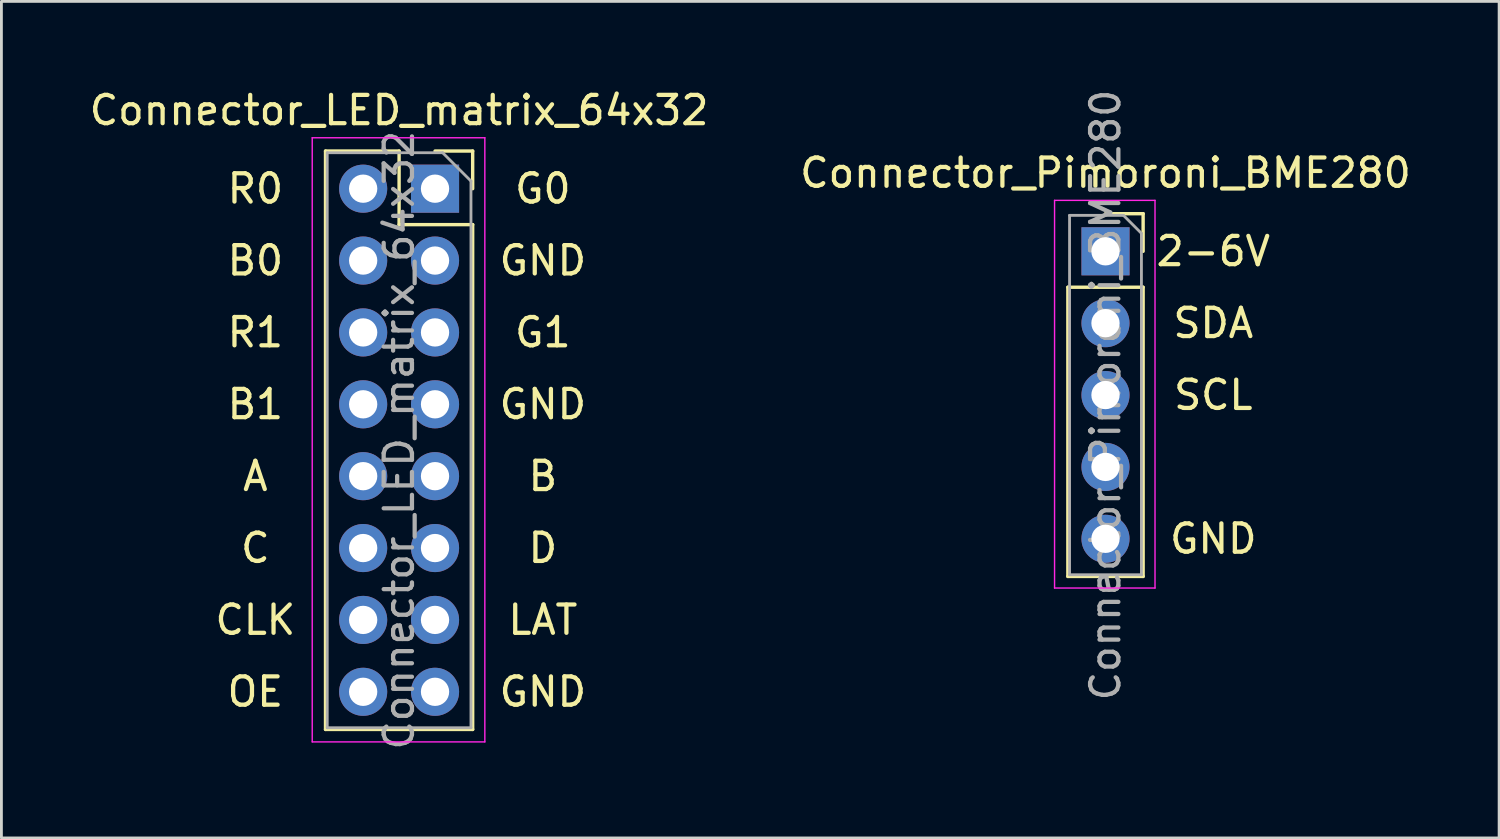
<source format=kicad_pcb>
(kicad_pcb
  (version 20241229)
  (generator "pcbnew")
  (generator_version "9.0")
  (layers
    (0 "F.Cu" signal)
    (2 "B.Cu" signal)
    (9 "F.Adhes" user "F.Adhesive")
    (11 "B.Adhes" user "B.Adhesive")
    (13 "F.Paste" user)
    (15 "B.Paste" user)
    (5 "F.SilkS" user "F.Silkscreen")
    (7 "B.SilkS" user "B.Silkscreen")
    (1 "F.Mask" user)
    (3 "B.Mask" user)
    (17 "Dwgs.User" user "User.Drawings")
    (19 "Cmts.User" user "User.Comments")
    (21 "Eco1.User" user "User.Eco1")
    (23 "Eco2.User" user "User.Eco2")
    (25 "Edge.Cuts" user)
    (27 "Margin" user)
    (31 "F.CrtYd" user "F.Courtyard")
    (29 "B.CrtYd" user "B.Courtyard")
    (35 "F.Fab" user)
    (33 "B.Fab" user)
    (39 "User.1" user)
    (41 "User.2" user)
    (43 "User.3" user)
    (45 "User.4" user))
  (footprint "Connector_LED_matrix_64x32"
    (layer "F.Cu")
    (at 12.324 3.618)
    (property "Reference" "Connector_LED_matrix_64x32" (at -1.27 -2.77 0) (layer "F.SilkS") (effects (font (size 1 1) (thickness 0.15))))
    (attr through_hole)
    (fp_line (start -3.87 -1.33) (end -3.87 19.11) (stroke (width 0.12) (type solid)) (layer "F.SilkS"))
    (fp_line (start -3.87 -1.33) (end -1.27 -1.33) (stroke (width 0.12) (type solid)) (layer "F.SilkS"))
    (fp_line (start -3.87 19.11) (end 1.33 19.11) (stroke (width 0.12) (type solid)) (layer "F.SilkS"))
    (fp_line (start -1.27 -1.33) (end -1.27 1.27) (stroke (width 0.12) (type solid)) (layer "F.SilkS"))
    (fp_line (start -1.27 1.27) (end 1.33 1.27) (stroke (width 0.12) (type solid)) (layer "F.SilkS"))
    (fp_line (start 0 -1.33) (end 1.33 -1.33) (stroke (width 0.12) (type solid)) (layer "F.SilkS"))
    (fp_line (start 1.33 -1.33) (end 1.33 0) (stroke (width 0.12) (type solid)) (layer "F.SilkS"))
    (fp_line (start 1.33 1.27) (end 1.33 19.11) (stroke (width 0.12) (type solid)) (layer "F.SilkS"))
    (fp_line (start -4.34 -1.8) (end 1.76 -1.8) (stroke (width 0.05) (type solid)) (layer "F.CrtYd"))
    (fp_line (start -4.34 19.55) (end -4.34 -1.8) (stroke (width 0.05) (type solid)) (layer "F.CrtYd"))
    (fp_line (start 1.76 -1.8) (end 1.76 19.55) (stroke (width 0.05) (type solid)) (layer "F.CrtYd"))
    (fp_line (start 1.76 19.55) (end -4.34 19.55) (stroke (width 0.05) (type solid)) (layer "F.CrtYd"))
    (fp_line (start -3.81 -1.27) (end 0.27 -1.27) (stroke (width 0.1) (type solid)) (layer "F.Fab"))
    (fp_line (start -3.81 19.05) (end -3.81 -1.27) (stroke (width 0.1) (type solid)) (layer "F.Fab"))
    (fp_line (start 0.27 -1.27) (end 1.27 -0.27) (stroke (width 0.1) (type solid)) (layer "F.Fab"))
    (fp_line (start 1.27 -0.27) (end 1.27 19.05) (stroke (width 0.1) (type solid)) (layer "F.Fab"))
    (fp_line (start 1.27 19.05) (end -3.81 19.05) (stroke (width 0.1) (type solid)) (layer "F.Fab"))
    (fp_text user "LAT" (at 3.81 15.24 0) (layer "F.SilkS") (effects (font (size 1 1) (thickness 0.15))))
    (fp_text user "R0" (at -6.35 0 0) (layer "F.SilkS") (effects (font (size 1 1) (thickness 0.15))))
    (fp_text user "D" (at 3.81 12.7 0) (layer "F.SilkS") (effects (font (size 1 1) (thickness 0.15))))
    (fp_text user "B" (at 3.81 10.16 0) (layer "F.SilkS") (effects (font (size 1 1) (thickness 0.15))))
    (fp_text user "G1" (at 3.81 5.08 0) (layer "F.SilkS") (effects (font (size 1 1) (thickness 0.15))))
    (fp_text user "CLK" (at -6.35 15.24 0) (layer "F.SilkS") (effects (font (size 1 1) (thickness 0.15))))
    (fp_text user "OE" (at -6.35 17.78 0) (layer "F.SilkS") (effects (font (size 1 1) (thickness 0.15))))
    (fp_text user "B0" (at -6.35 2.54 0) (layer "F.SilkS") (effects (font (size 1 1) (thickness 0.15))))
    (fp_text user "GND" (at 3.81 17.78 0) (layer "F.SilkS") (effects (font (size 1 1) (thickness 0.15))))
    (fp_text user "B1" (at -6.35 7.62 0) (layer "F.SilkS") (effects (font (size 1 1) (thickness 0.15))))
    (fp_text user "A" (at -6.35 10.16 0) (layer "F.SilkS") (effects (font (size 1 1) (thickness 0.15))))
    (fp_text user "C" (at -6.35 12.7 0) (layer "F.SilkS") (effects (font (size 1 1) (thickness 0.15))))
    (fp_text user "GND" (at 3.81 7.62 0) (layer "F.SilkS") (effects (font (size 1 1) (thickness 0.15))))
    (fp_text user "G0" (at 3.81 0 0) (layer "F.SilkS") (effects (font (size 1 1) (thickness 0.15))))
    (fp_text user "GND" (at 3.81 2.54 0) (layer "F.SilkS") (effects (font (size 1 1) (thickness 0.15))))
    (fp_text user "R1" (at -6.35 5.08 0) (layer "F.SilkS") (effects (font (size 1 1) (thickness 0.15))))
    (fp_text user "${REFERENCE}" (at -1.27 8.89 90) (layer "F.Fab") (effects (font (size 1 1) (thickness 0.15))))
    (pad "1" thru_hole rect (at 0 0) (size 1.7 1.7) (drill 1) (layers "*.Cu" "*.Mask"))
    (pad "2" thru_hole oval (at -2.54 0) (size 1.7 1.7) (drill 1) (layers "*.Cu" "*.Mask"))
    (pad "3" thru_hole oval (at 0 2.54) (size 1.7 1.7) (drill 1) (layers "*.Cu" "*.Mask"))
    (pad "4" thru_hole oval (at -2.54 2.54) (size 1.7 1.7) (drill 1) (layers "*.Cu" "*.Mask"))
    (pad "5" thru_hole oval (at 0 5.08) (size 1.7 1.7) (drill 1) (layers "*.Cu" "*.Mask"))
    (pad "6" thru_hole oval (at -2.54 5.08) (size 1.7 1.7) (drill 1) (layers "*.Cu" "*.Mask"))
    (pad "7" thru_hole oval (at 0 7.62) (size 1.7 1.7) (drill 1) (layers "*.Cu" "*.Mask"))
    (pad "8" thru_hole oval (at -2.54 7.62) (size 1.7 1.7) (drill 1) (layers "*.Cu" "*.Mask"))
    (pad "9" thru_hole oval (at 0 10.16) (size 1.7 1.7) (drill 1) (layers "*.Cu" "*.Mask"))
    (pad "10" thru_hole oval (at -2.54 10.16) (size 1.7 1.7) (drill 1) (layers "*.Cu" "*.Mask"))
    (pad "11" thru_hole oval (at 0 12.7) (size 1.7 1.7) (drill 1) (layers "*.Cu" "*.Mask"))
    (pad "12" thru_hole oval (at -2.54 12.7) (size 1.7 1.7) (drill 1) (layers "*.Cu" "*.Mask"))
    (pad "13" thru_hole oval (at 0 15.24) (size 1.7 1.7) (drill 1) (layers "*.Cu" "*.Mask"))
    (pad "14" thru_hole oval (at -2.54 15.24) (size 1.7 1.7) (drill 1) (layers "*.Cu" "*.Mask"))
    (pad "15" thru_hole oval (at 0 17.78) (size 1.7 1.7) (drill 1) (layers "*.Cu" "*.Mask"))
    (pad "16" thru_hole oval (at -2.54 17.78) (size 1.7 1.7) (drill 1) (layers "*.Cu" "*.Mask")))
  (footprint "Connector_Pimoroni_BME280"
    (layer "F.Cu")
    (at 36.018 5.831)
    (property "Reference" "Connector_Pimoroni_BME280" (at 0 -2.77 0) (layer "F.SilkS") (effects (font (size 1 1) (thickness 0.15))))
    (attr through_hole)
    (fp_line (start -1.33 1.27) (end -1.33 11.49) (stroke (width 0.12) (type solid)) (layer "F.SilkS"))
    (fp_line (start -1.33 1.27) (end 1.33 1.27) (stroke (width 0.12) (type solid)) (layer "F.SilkS"))
    (fp_line (start -1.33 11.49) (end 1.33 11.49) (stroke (width 0.12) (type solid)) (layer "F.SilkS"))
    (fp_line (start 0 -1.33) (end 1.33 -1.33) (stroke (width 0.12) (type solid)) (layer "F.SilkS"))
    (fp_line (start 1.33 -1.33) (end 1.33 0) (stroke (width 0.12) (type solid)) (layer "F.SilkS"))
    (fp_line (start 1.33 1.27) (end 1.33 11.49) (stroke (width 0.12) (type solid)) (layer "F.SilkS"))
    (fp_line (start -1.8 -1.8) (end 1.75 -1.8) (stroke (width 0.05) (type solid)) (layer "F.CrtYd"))
    (fp_line (start -1.8 11.9) (end -1.8 -1.8) (stroke (width 0.05) (type solid)) (layer "F.CrtYd"))
    (fp_line (start 1.75 -1.8) (end 1.75 11.9) (stroke (width 0.05) (type solid)) (layer "F.CrtYd"))
    (fp_line (start 1.75 11.9) (end -1.8 11.9) (stroke (width 0.05) (type solid)) (layer "F.CrtYd"))
    (fp_line (start -1.27 -1.27) (end 0.635 -1.27) (stroke (width 0.1) (type solid)) (layer "F.Fab"))
    (fp_line (start -1.27 11.43) (end -1.27 -1.27) (stroke (width 0.1) (type solid)) (layer "F.Fab"))
    (fp_line (start 0.635 -1.27) (end 1.27 -0.635) (stroke (width 0.1) (type solid)) (layer "F.Fab"))
    (fp_line (start 1.27 -0.635) (end 1.27 11.43) (stroke (width 0.1) (type solid)) (layer "F.Fab"))
    (fp_line (start 1.27 11.43) (end -1.27 11.43) (stroke (width 0.1) (type solid)) (layer "F.Fab"))
    (fp_text user "GND" (at 3.81 10.16 0) (layer "F.SilkS") (effects (font (size 1 1) (thickness 0.15))))
    (fp_text user "SDA" (at 3.81 2.54 0) (layer "F.SilkS") (effects (font (size 1 1) (thickness 0.15))))
    (fp_text user "SCL" (at 3.81 5.08 0) (layer "F.SilkS") (effects (font (size 1 1) (thickness 0.15))))
    (fp_text user "2-6V" (at 3.81 0 0) (layer "F.SilkS") (effects (font (size 1 1) (thickness 0.15))))
    (fp_text user "${REFERENCE}" (at 0 5.08 90) (layer "F.Fab") (effects (font (size 1 1) (thickness 0.15))))
    (pad "1" thru_hole rect (at 0 0) (size 1.7 1.7) (drill 1) (layers "*.Cu" "*.Mask"))
    (pad "2" thru_hole oval (at 0 2.54) (size 1.7 1.7) (drill 1) (layers "*.Cu" "*.Mask"))
    (pad "3" thru_hole oval (at 0 5.08) (size 1.7 1.7) (drill 1) (layers "*.Cu" "*.Mask"))
    (pad "4" thru_hole oval (at 0 7.62) (size 1.7 1.7) (drill 1) (layers "*.Cu" "*.Mask"))
    (pad "5" thru_hole oval (at 0 10.16) (size 1.7 1.7) (drill 1) (layers "*.Cu" "*.Mask")))
  (gr_rect
    (start -3 -3)
    (end 49.929 26.562)
    (stroke (width 0.1) (type default))
    (fill no)
    (layer "Edge.Cuts")))
</source>
